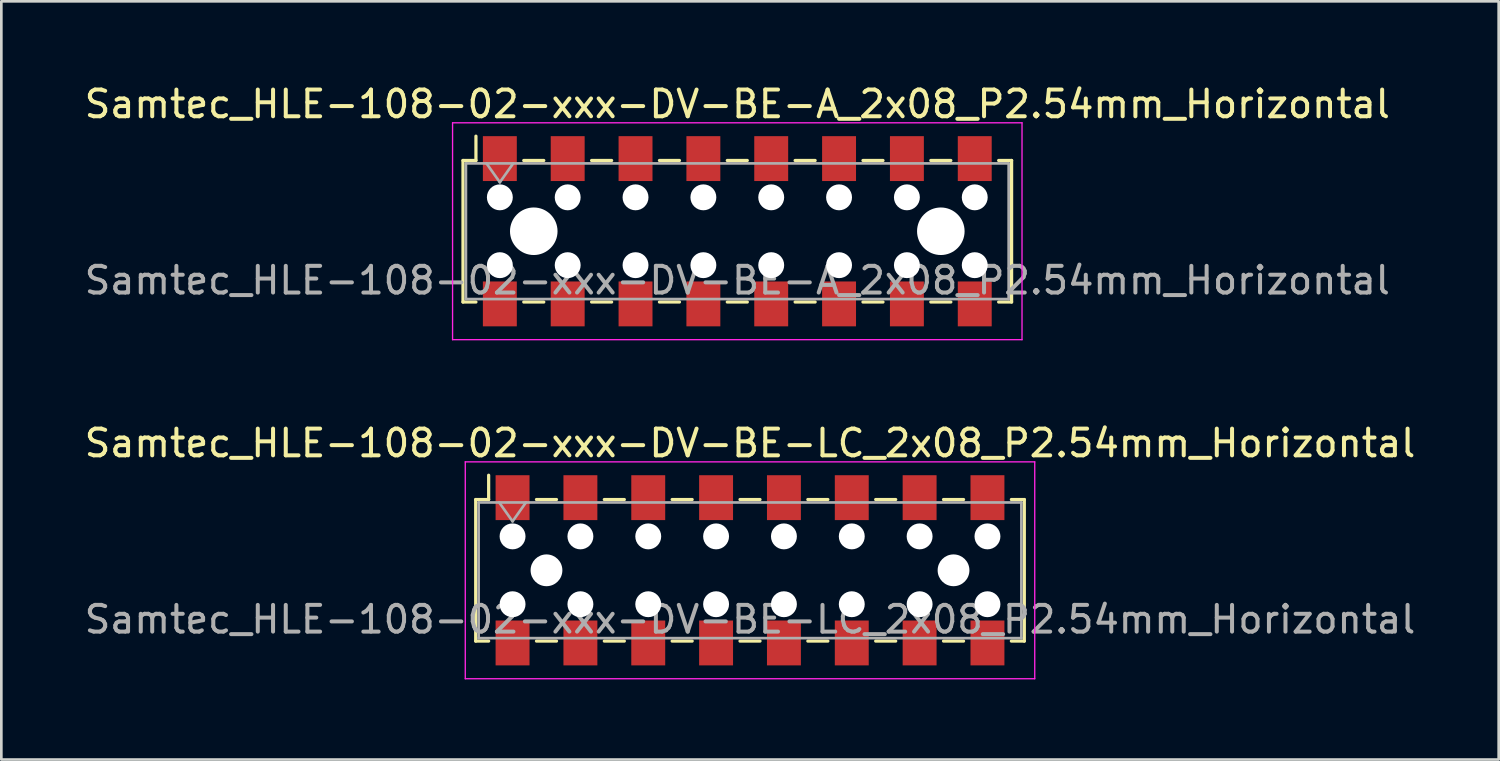
<source format=kicad_pcb>
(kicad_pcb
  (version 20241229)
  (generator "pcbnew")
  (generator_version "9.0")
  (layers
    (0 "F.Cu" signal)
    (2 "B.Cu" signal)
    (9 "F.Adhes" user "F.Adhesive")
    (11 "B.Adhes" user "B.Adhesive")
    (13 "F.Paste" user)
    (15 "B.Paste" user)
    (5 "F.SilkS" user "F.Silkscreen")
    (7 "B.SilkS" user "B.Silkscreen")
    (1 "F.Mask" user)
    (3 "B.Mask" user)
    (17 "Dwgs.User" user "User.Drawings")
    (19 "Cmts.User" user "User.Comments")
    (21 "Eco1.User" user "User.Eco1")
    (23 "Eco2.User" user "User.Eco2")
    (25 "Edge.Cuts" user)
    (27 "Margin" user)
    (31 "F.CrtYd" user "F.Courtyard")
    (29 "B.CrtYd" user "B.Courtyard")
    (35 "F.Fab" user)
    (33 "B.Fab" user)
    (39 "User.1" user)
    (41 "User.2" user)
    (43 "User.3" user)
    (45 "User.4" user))
  (footprint "Samtec_HLE-108-02-xxx-DV-BE-LC_2x08_P2.54mm_Horizontal"
    (layer "F.Cu")
    (at 25.03 18.302)
    (property "Reference" "Samtec_HLE-108-02-xxx-DV-BE-LC_2x08_P2.54mm_Horizontal" (at 0 -4.76 0) (layer "F.SilkS") (effects (font (size 1 1) (thickness 0.15))))
    (attr smd)
    (fp_line (start -10.27 -2.65) (end -10.27 2.65) (stroke (width 0.12) (type solid)) (layer "F.SilkS"))
    (fp_line (start -10.27 2.65) (end -9.785 2.65) (stroke (width 0.12) (type solid)) (layer "F.SilkS"))
    (fp_line (start -9.785 -3.56) (end -9.785 -2.65) (stroke (width 0.12) (type solid)) (layer "F.SilkS"))
    (fp_line (start -9.785 -2.65) (end -10.27 -2.65) (stroke (width 0.12) (type solid)) (layer "F.SilkS"))
    (fp_line (start -7.995 -2.65) (end -7.245 -2.65) (stroke (width 0.12) (type solid)) (layer "F.SilkS"))
    (fp_line (start -7.995 2.65) (end -7.245 2.65) (stroke (width 0.12) (type solid)) (layer "F.SilkS"))
    (fp_line (start -5.455 -2.65) (end -4.705 -2.65) (stroke (width 0.12) (type solid)) (layer "F.SilkS"))
    (fp_line (start -5.455 2.65) (end -4.705 2.65) (stroke (width 0.12) (type solid)) (layer "F.SilkS"))
    (fp_line (start -2.915 -2.65) (end -2.165 -2.65) (stroke (width 0.12) (type solid)) (layer "F.SilkS"))
    (fp_line (start -2.915 2.65) (end -2.165 2.65) (stroke (width 0.12) (type solid)) (layer "F.SilkS"))
    (fp_line (start -0.375 -2.65) (end 0.375 -2.65) (stroke (width 0.12) (type solid)) (layer "F.SilkS"))
    (fp_line (start -0.375 2.65) (end 0.375 2.65) (stroke (width 0.12) (type solid)) (layer "F.SilkS"))
    (fp_line (start 2.165 -2.65) (end 2.915 -2.65) (stroke (width 0.12) (type solid)) (layer "F.SilkS"))
    (fp_line (start 2.165 2.65) (end 2.915 2.65) (stroke (width 0.12) (type solid)) (layer "F.SilkS"))
    (fp_line (start 4.705 -2.65) (end 5.455 -2.65) (stroke (width 0.12) (type solid)) (layer "F.SilkS"))
    (fp_line (start 4.705 2.65) (end 5.455 2.65) (stroke (width 0.12) (type solid)) (layer "F.SilkS"))
    (fp_line (start 7.245 -2.65) (end 7.995 -2.65) (stroke (width 0.12) (type solid)) (layer "F.SilkS"))
    (fp_line (start 7.245 2.65) (end 7.995 2.65) (stroke (width 0.12) (type solid)) (layer "F.SilkS"))
    (fp_line (start 9.785 -2.65) (end 10.27 -2.65) (stroke (width 0.12) (type solid)) (layer "F.SilkS"))
    (fp_line (start 10.27 -2.65) (end 10.27 2.65) (stroke (width 0.12) (type solid)) (layer "F.SilkS"))
    (fp_line (start 10.27 2.65) (end 9.785 2.65) (stroke (width 0.12) (type solid)) (layer "F.SilkS"))
    (fp_line (start -10.66 -4.06) (end 10.66 -4.06) (stroke (width 0.05) (type solid)) (layer "F.CrtYd"))
    (fp_line (start -10.66 4.06) (end -10.66 -4.06) (stroke (width 0.05) (type solid)) (layer "F.CrtYd"))
    (fp_line (start 10.66 -4.06) (end 10.66 4.06) (stroke (width 0.05) (type solid)) (layer "F.CrtYd"))
    (fp_line (start 10.66 4.06) (end -10.66 4.06) (stroke (width 0.05) (type solid)) (layer "F.CrtYd"))
    (fp_line (start -10.16 -2.54) (end 10.16 -2.54) (stroke (width 0.1) (type solid)) (layer "F.Fab"))
    (fp_line (start -10.16 2.54) (end -10.16 -2.54) (stroke (width 0.1) (type solid)) (layer "F.Fab"))
    (fp_line (start -9.39 -2.54) (end -8.89 -1.833) (stroke (width 0.1) (type solid)) (layer "F.Fab"))
    (fp_line (start -8.89 -1.833) (end -8.39 -2.54) (stroke (width 0.1) (type solid)) (layer "F.Fab"))
    (fp_line (start 10.16 -2.54) (end 10.16 2.54) (stroke (width 0.1) (type solid)) (layer "F.Fab"))
    (fp_line (start 10.16 2.54) (end -10.16 2.54) (stroke (width 0.1) (type solid)) (layer "F.Fab"))
    (fp_text user "${REFERENCE}" (at 0 1.84 0) (layer "F.Fab") (effects (font (size 1 1) (thickness 0.15))))
    (pad "" np_thru_hole circle (at -8.89 -1.27) (size 0.97 0.97) (drill 0.97) (layers "*.Cu" "*.Mask"))
    (pad "" np_thru_hole circle (at -8.89 1.27) (size 0.97 0.97) (drill 0.97) (layers "*.Cu" "*.Mask"))
    (pad "" np_thru_hole circle (at -7.62 0) (size 1.19 1.19) (drill 1.19) (layers "*.Cu" "*.Mask"))
    (pad "" np_thru_hole circle (at -6.35 -1.27) (size 0.97 0.97) (drill 0.97) (layers "*.Cu" "*.Mask"))
    (pad "" np_thru_hole circle (at -6.35 1.27) (size 0.97 0.97) (drill 0.97) (layers "*.Cu" "*.Mask"))
    (pad "" np_thru_hole circle (at -3.81 -1.27) (size 0.97 0.97) (drill 0.97) (layers "*.Cu" "*.Mask"))
    (pad "" np_thru_hole circle (at -3.81 1.27) (size 0.97 0.97) (drill 0.97) (layers "*.Cu" "*.Mask"))
    (pad "" np_thru_hole circle (at -1.27 -1.27) (size 0.97 0.97) (drill 0.97) (layers "*.Cu" "*.Mask"))
    (pad "" np_thru_hole circle (at -1.27 1.27) (size 0.97 0.97) (drill 0.97) (layers "*.Cu" "*.Mask"))
    (pad "" np_thru_hole circle (at 1.27 -1.27) (size 0.97 0.97) (drill 0.97) (layers "*.Cu" "*.Mask"))
    (pad "" np_thru_hole circle (at 1.27 1.27) (size 0.97 0.97) (drill 0.97) (layers "*.Cu" "*.Mask"))
    (pad "" np_thru_hole circle (at 3.81 -1.27) (size 0.97 0.97) (drill 0.97) (layers "*.Cu" "*.Mask"))
    (pad "" np_thru_hole circle (at 3.81 1.27) (size 0.97 0.97) (drill 0.97) (layers "*.Cu" "*.Mask"))
    (pad "" np_thru_hole circle (at 6.35 -1.27) (size 0.97 0.97) (drill 0.97) (layers "*.Cu" "*.Mask"))
    (pad "" np_thru_hole circle (at 6.35 1.27) (size 0.97 0.97) (drill 0.97) (layers "*.Cu" "*.Mask"))
    (pad "" np_thru_hole circle (at 7.62 0) (size 1.19 1.19) (drill 1.19) (layers "*.Cu" "*.Mask"))
    (pad "" np_thru_hole circle (at 8.89 -1.27) (size 0.97 0.97) (drill 0.97) (layers "*.Cu" "*.Mask"))
    (pad "" np_thru_hole circle (at 8.89 1.27) (size 0.97 0.97) (drill 0.97) (layers "*.Cu" "*.Mask"))
    (pad "1" smd rect (at -8.89 -2.72) (size 1.27 1.68) (layers "F.Cu" "F.Mask" "F.Paste"))
    (pad "2" smd rect (at -8.89 2.72) (size 1.27 1.68) (layers "F.Cu" "F.Mask" "F.Paste"))
    (pad "3" smd rect (at -6.35 -2.72) (size 1.27 1.68) (layers "F.Cu" "F.Mask" "F.Paste"))
    (pad "4" smd rect (at -6.35 2.72) (size 1.27 1.68) (layers "F.Cu" "F.Mask" "F.Paste"))
    (pad "5" smd rect (at -3.81 -2.72) (size 1.27 1.68) (layers "F.Cu" "F.Mask" "F.Paste"))
    (pad "6" smd rect (at -3.81 2.72) (size 1.27 1.68) (layers "F.Cu" "F.Mask" "F.Paste"))
    (pad "7" smd rect (at -1.27 -2.72) (size 1.27 1.68) (layers "F.Cu" "F.Mask" "F.Paste"))
    (pad "8" smd rect (at -1.27 2.72) (size 1.27 1.68) (layers "F.Cu" "F.Mask" "F.Paste"))
    (pad "9" smd rect (at 1.27 -2.72) (size 1.27 1.68) (layers "F.Cu" "F.Mask" "F.Paste"))
    (pad "10" smd rect (at 1.27 2.72) (size 1.27 1.68) (layers "F.Cu" "F.Mask" "F.Paste"))
    (pad "11" smd rect (at 3.81 -2.72) (size 1.27 1.68) (layers "F.Cu" "F.Mask" "F.Paste"))
    (pad "12" smd rect (at 3.81 2.72) (size 1.27 1.68) (layers "F.Cu" "F.Mask" "F.Paste"))
    (pad "13" smd rect (at 6.35 -2.72) (size 1.27 1.68) (layers "F.Cu" "F.Mask" "F.Paste"))
    (pad "14" smd rect (at 6.35 2.72) (size 1.27 1.68) (layers "F.Cu" "F.Mask" "F.Paste"))
    (pad "15" smd rect (at 8.89 -2.72) (size 1.27 1.68) (layers "F.Cu" "F.Mask" "F.Paste"))
    (pad "16" smd rect (at 8.89 2.72) (size 1.27 1.68) (layers "F.Cu" "F.Mask" "F.Paste")))
  (footprint "Samtec_HLE-108-02-xxx-DV-BE-A_2x08_P2.54mm_Horizontal"
    (layer "F.Cu")
    (at 24.554 5.608)
    (property "Reference" "Samtec_HLE-108-02-xxx-DV-BE-A_2x08_P2.54mm_Horizontal" (at 0 -4.76 0) (layer "F.SilkS") (effects (font (size 1 1) (thickness 0.15))))
    (attr smd)
    (fp_line (start -10.27 -2.65) (end -10.27 2.65) (stroke (width 0.12) (type solid)) (layer "F.SilkS"))
    (fp_line (start -10.27 2.65) (end -9.785 2.65) (stroke (width 0.12) (type solid)) (layer "F.SilkS"))
    (fp_line (start -9.785 -3.56) (end -9.785 -2.65) (stroke (width 0.12) (type solid)) (layer "F.SilkS"))
    (fp_line (start -9.785 -2.65) (end -10.27 -2.65) (stroke (width 0.12) (type solid)) (layer "F.SilkS"))
    (fp_line (start -7.995 -2.65) (end -7.245 -2.65) (stroke (width 0.12) (type solid)) (layer "F.SilkS"))
    (fp_line (start -7.995 2.65) (end -7.245 2.65) (stroke (width 0.12) (type solid)) (layer "F.SilkS"))
    (fp_line (start -5.455 -2.65) (end -4.705 -2.65) (stroke (width 0.12) (type solid)) (layer "F.SilkS"))
    (fp_line (start -5.455 2.65) (end -4.705 2.65) (stroke (width 0.12) (type solid)) (layer "F.SilkS"))
    (fp_line (start -2.915 -2.65) (end -2.165 -2.65) (stroke (width 0.12) (type solid)) (layer "F.SilkS"))
    (fp_line (start -2.915 2.65) (end -2.165 2.65) (stroke (width 0.12) (type solid)) (layer "F.SilkS"))
    (fp_line (start -0.375 -2.65) (end 0.375 -2.65) (stroke (width 0.12) (type solid)) (layer "F.SilkS"))
    (fp_line (start -0.375 2.65) (end 0.375 2.65) (stroke (width 0.12) (type solid)) (layer "F.SilkS"))
    (fp_line (start 2.165 -2.65) (end 2.915 -2.65) (stroke (width 0.12) (type solid)) (layer "F.SilkS"))
    (fp_line (start 2.165 2.65) (end 2.915 2.65) (stroke (width 0.12) (type solid)) (layer "F.SilkS"))
    (fp_line (start 4.705 -2.65) (end 5.455 -2.65) (stroke (width 0.12) (type solid)) (layer "F.SilkS"))
    (fp_line (start 4.705 2.65) (end 5.455 2.65) (stroke (width 0.12) (type solid)) (layer "F.SilkS"))
    (fp_line (start 7.245 -2.65) (end 7.995 -2.65) (stroke (width 0.12) (type solid)) (layer "F.SilkS"))
    (fp_line (start 7.245 2.65) (end 7.995 2.65) (stroke (width 0.12) (type solid)) (layer "F.SilkS"))
    (fp_line (start 9.785 -2.65) (end 10.27 -2.65) (stroke (width 0.12) (type solid)) (layer "F.SilkS"))
    (fp_line (start 10.27 -2.65) (end 10.27 2.65) (stroke (width 0.12) (type solid)) (layer "F.SilkS"))
    (fp_line (start 10.27 2.65) (end 9.785 2.65) (stroke (width 0.12) (type solid)) (layer "F.SilkS"))
    (fp_line (start -10.66 -4.06) (end 10.66 -4.06) (stroke (width 0.05) (type solid)) (layer "F.CrtYd"))
    (fp_line (start -10.66 4.06) (end -10.66 -4.06) (stroke (width 0.05) (type solid)) (layer "F.CrtYd"))
    (fp_line (start 10.66 -4.06) (end 10.66 4.06) (stroke (width 0.05) (type solid)) (layer "F.CrtYd"))
    (fp_line (start 10.66 4.06) (end -10.66 4.06) (stroke (width 0.05) (type solid)) (layer "F.CrtYd"))
    (fp_line (start -10.16 -2.54) (end 10.16 -2.54) (stroke (width 0.1) (type solid)) (layer "F.Fab"))
    (fp_line (start -10.16 2.54) (end -10.16 -2.54) (stroke (width 0.1) (type solid)) (layer "F.Fab"))
    (fp_line (start -9.39 -2.54) (end -8.89 -1.833) (stroke (width 0.1) (type solid)) (layer "F.Fab"))
    (fp_line (start -8.89 -1.833) (end -8.39 -2.54) (stroke (width 0.1) (type solid)) (layer "F.Fab"))
    (fp_line (start 10.16 -2.54) (end 10.16 2.54) (stroke (width 0.1) (type solid)) (layer "F.Fab"))
    (fp_line (start 10.16 2.54) (end -10.16 2.54) (stroke (width 0.1) (type solid)) (layer "F.Fab"))
    (fp_text user "${REFERENCE}" (at 0 1.84 0) (layer "F.Fab") (effects (font (size 1 1) (thickness 0.15))))
    (pad "" np_thru_hole circle (at -8.89 -1.27) (size 0.97 0.97) (drill 0.97) (layers "*.Cu" "*.Mask"))
    (pad "" np_thru_hole circle (at -8.89 1.27) (size 0.97 0.97) (drill 0.97) (layers "*.Cu" "*.Mask"))
    (pad "" np_thru_hole circle (at -7.62 0) (size 1.78 1.78) (drill 1.78) (layers "*.Cu" "*.Mask"))
    (pad "" np_thru_hole circle (at -6.35 -1.27) (size 0.97 0.97) (drill 0.97) (layers "*.Cu" "*.Mask"))
    (pad "" np_thru_hole circle (at -6.35 1.27) (size 0.97 0.97) (drill 0.97) (layers "*.Cu" "*.Mask"))
    (pad "" np_thru_hole circle (at -3.81 -1.27) (size 0.97 0.97) (drill 0.97) (layers "*.Cu" "*.Mask"))
    (pad "" np_thru_hole circle (at -3.81 1.27) (size 0.97 0.97) (drill 0.97) (layers "*.Cu" "*.Mask"))
    (pad "" np_thru_hole circle (at -1.27 -1.27) (size 0.97 0.97) (drill 0.97) (layers "*.Cu" "*.Mask"))
    (pad "" np_thru_hole circle (at -1.27 1.27) (size 0.97 0.97) (drill 0.97) (layers "*.Cu" "*.Mask"))
    (pad "" np_thru_hole circle (at 1.27 -1.27) (size 0.97 0.97) (drill 0.97) (layers "*.Cu" "*.Mask"))
    (pad "" np_thru_hole circle (at 1.27 1.27) (size 0.97 0.97) (drill 0.97) (layers "*.Cu" "*.Mask"))
    (pad "" np_thru_hole circle (at 3.81 -1.27) (size 0.97 0.97) (drill 0.97) (layers "*.Cu" "*.Mask"))
    (pad "" np_thru_hole circle (at 3.81 1.27) (size 0.97 0.97) (drill 0.97) (layers "*.Cu" "*.Mask"))
    (pad "" np_thru_hole circle (at 6.35 -1.27) (size 0.97 0.97) (drill 0.97) (layers "*.Cu" "*.Mask"))
    (pad "" np_thru_hole circle (at 6.35 1.27) (size 0.97 0.97) (drill 0.97) (layers "*.Cu" "*.Mask"))
    (pad "" np_thru_hole circle (at 7.62 0) (size 1.78 1.78) (drill 1.78) (layers "*.Cu" "*.Mask"))
    (pad "" np_thru_hole circle (at 8.89 -1.27) (size 0.97 0.97) (drill 0.97) (layers "*.Cu" "*.Mask"))
    (pad "" np_thru_hole circle (at 8.89 1.27) (size 0.97 0.97) (drill 0.97) (layers "*.Cu" "*.Mask"))
    (pad "1" smd rect (at -8.89 -2.72) (size 1.27 1.68) (layers "F.Cu" "F.Mask" "F.Paste"))
    (pad "2" smd rect (at -8.89 2.72) (size 1.27 1.68) (layers "F.Cu" "F.Mask" "F.Paste"))
    (pad "3" smd rect (at -6.35 -2.72) (size 1.27 1.68) (layers "F.Cu" "F.Mask" "F.Paste"))
    (pad "4" smd rect (at -6.35 2.72) (size 1.27 1.68) (layers "F.Cu" "F.Mask" "F.Paste"))
    (pad "5" smd rect (at -3.81 -2.72) (size 1.27 1.68) (layers "F.Cu" "F.Mask" "F.Paste"))
    (pad "6" smd rect (at -3.81 2.72) (size 1.27 1.68) (layers "F.Cu" "F.Mask" "F.Paste"))
    (pad "7" smd rect (at -1.27 -2.72) (size 1.27 1.68) (layers "F.Cu" "F.Mask" "F.Paste"))
    (pad "8" smd rect (at -1.27 2.72) (size 1.27 1.68) (layers "F.Cu" "F.Mask" "F.Paste"))
    (pad "9" smd rect (at 1.27 -2.72) (size 1.27 1.68) (layers "F.Cu" "F.Mask" "F.Paste"))
    (pad "10" smd rect (at 1.27 2.72) (size 1.27 1.68) (layers "F.Cu" "F.Mask" "F.Paste"))
    (pad "11" smd rect (at 3.81 -2.72) (size 1.27 1.68) (layers "F.Cu" "F.Mask" "F.Paste"))
    (pad "12" smd rect (at 3.81 2.72) (size 1.27 1.68) (layers "F.Cu" "F.Mask" "F.Paste"))
    (pad "13" smd rect (at 6.35 -2.72) (size 1.27 1.68) (layers "F.Cu" "F.Mask" "F.Paste"))
    (pad "14" smd rect (at 6.35 2.72) (size 1.27 1.68) (layers "F.Cu" "F.Mask" "F.Paste"))
    (pad "15" smd rect (at 8.89 -2.72) (size 1.27 1.68) (layers "F.Cu" "F.Mask" "F.Paste"))
    (pad "16" smd rect (at 8.89 2.72) (size 1.27 1.68) (layers "F.Cu" "F.Mask" "F.Paste")))
  (gr_rect
    (start -3 -3)
    (end 53.06 25.387)
    (stroke (width 0.1) (type default))
    (fill no)
    (layer "Edge.Cuts")))
</source>
